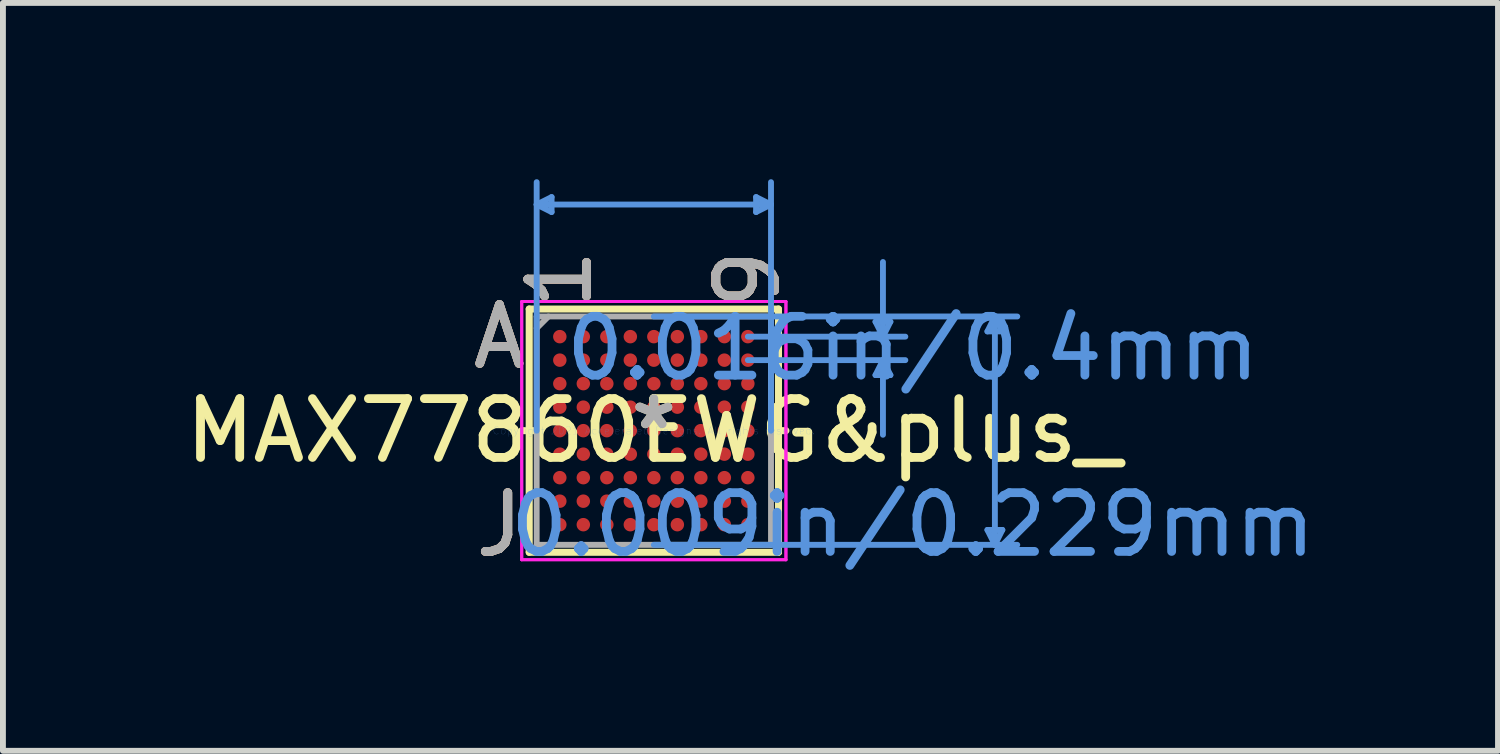
<source format=kicad_pcb>
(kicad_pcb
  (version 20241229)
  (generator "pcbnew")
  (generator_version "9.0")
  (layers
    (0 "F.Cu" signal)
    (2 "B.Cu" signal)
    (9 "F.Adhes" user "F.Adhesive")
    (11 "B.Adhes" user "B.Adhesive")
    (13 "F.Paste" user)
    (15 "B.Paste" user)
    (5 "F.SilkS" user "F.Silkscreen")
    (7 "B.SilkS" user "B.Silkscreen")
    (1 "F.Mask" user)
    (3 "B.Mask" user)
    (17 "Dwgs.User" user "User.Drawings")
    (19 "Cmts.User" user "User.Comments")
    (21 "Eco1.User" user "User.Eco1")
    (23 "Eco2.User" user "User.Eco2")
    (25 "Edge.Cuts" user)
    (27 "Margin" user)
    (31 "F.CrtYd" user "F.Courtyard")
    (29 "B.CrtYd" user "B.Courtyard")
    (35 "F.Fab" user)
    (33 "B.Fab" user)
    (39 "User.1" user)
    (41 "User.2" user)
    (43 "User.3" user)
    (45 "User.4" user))
  (footprint "MAX77860EWG&plus_"
    (layer "F.Cu")
    (at 8.077 4.279)
    (property "Reference" "MAX77860EWG&plus_" (at 0 0 0) (layer "F.SilkS") (effects (font (size 1 1) (thickness 0.15))))
    (attr through_hole)
    (fp_line (start -2.121 -2.07) (end -2.121 2.07) (stroke (width 0.12) (type solid)) (layer "F.SilkS"))
    (fp_line (start -2.121 2.07) (end 2.121 2.07) (stroke (width 0.12) (type solid)) (layer "F.SilkS"))
    (fp_line (start -2.047 0) (end -2.248 0) (stroke (width 0.12) (type solid)) (layer "F.SilkS"))
    (fp_line (start 2.047 0) (end 2.248 0) (stroke (width 0.12) (type solid)) (layer "F.SilkS"))
    (fp_line (start 2.121 -2.07) (end -2.121 -2.07) (stroke (width 0.12) (type solid)) (layer "F.SilkS"))
    (fp_line (start 2.121 2.07) (end 2.121 -2.07) (stroke (width 0.12) (type solid)) (layer "F.SilkS"))
    (fp_line (start -1.994 -3.848) (end -1.74 -3.975) (stroke (width 0.1) (type solid)) (layer "Cmts.User"))
    (fp_line (start -1.994 -3.848) (end -1.74 -3.721) (stroke (width 0.1) (type solid)) (layer "Cmts.User"))
    (fp_line (start -1.994 -3.848) (end 1.994 -3.848) (stroke (width 0.1) (type solid)) (layer "Cmts.User"))
    (fp_line (start -1.994 0) (end -1.994 -4.229) (stroke (width 0.1) (type solid)) (layer "Cmts.User"))
    (fp_line (start -1.74 -3.975) (end -1.74 -3.721) (stroke (width 0.1) (type solid)) (layer "Cmts.User"))
    (fp_line (start 0 -1.943) (end 6.185 -1.943) (stroke (width 0.1) (type solid)) (layer "Cmts.User"))
    (fp_line (start 0 1.943) (end 6.185 1.943) (stroke (width 0.1) (type solid)) (layer "Cmts.User"))
    (fp_line (start 1.6 -1.6) (end 4.28 -1.6) (stroke (width 0.1) (type solid)) (layer "Cmts.User"))
    (fp_line (start 1.6 -1.2) (end 4.28 -1.2) (stroke (width 0.1) (type solid)) (layer "Cmts.User"))
    (fp_line (start 1.74 -3.975) (end 1.74 -3.721) (stroke (width 0.1) (type solid)) (layer "Cmts.User"))
    (fp_line (start 1.994 -3.848) (end 1.74 -3.975) (stroke (width 0.1) (type solid)) (layer "Cmts.User"))
    (fp_line (start 1.994 -3.848) (end 1.74 -3.721) (stroke (width 0.1) (type solid)) (layer "Cmts.User"))
    (fp_line (start 1.994 0) (end 1.994 -4.229) (stroke (width 0.1) (type solid)) (layer "Cmts.User"))
    (fp_line (start 3.772 -1.854) (end 4.026 -1.854) (stroke (width 0.1) (type solid)) (layer "Cmts.User"))
    (fp_line (start 3.772 -0.946) (end 4.026 -0.946) (stroke (width 0.1) (type solid)) (layer "Cmts.User"))
    (fp_line (start 3.899 -1.6) (end 3.772 -1.854) (stroke (width 0.1) (type solid)) (layer "Cmts.User"))
    (fp_line (start 3.899 -1.6) (end 3.899 -2.87) (stroke (width 0.1) (type solid)) (layer "Cmts.User"))
    (fp_line (start 3.899 -1.6) (end 4.026 -1.854) (stroke (width 0.1) (type solid)) (layer "Cmts.User"))
    (fp_line (start 3.899 -1.2) (end 3.772 -0.946) (stroke (width 0.1) (type solid)) (layer "Cmts.User"))
    (fp_line (start 3.899 -1.2) (end 3.899 0.07) (stroke (width 0.1) (type solid)) (layer "Cmts.User"))
    (fp_line (start 3.899 -1.2) (end 4.026 -0.946) (stroke (width 0.1) (type solid)) (layer "Cmts.User"))
    (fp_line (start 5.677 -1.689) (end 5.931 -1.689) (stroke (width 0.1) (type solid)) (layer "Cmts.User"))
    (fp_line (start 5.677 1.689) (end 5.931 1.689) (stroke (width 0.1) (type solid)) (layer "Cmts.User"))
    (fp_line (start 5.804 -1.943) (end 5.677 -1.689) (stroke (width 0.1) (type solid)) (layer "Cmts.User"))
    (fp_line (start 5.804 -1.943) (end 5.804 1.943) (stroke (width 0.1) (type solid)) (layer "Cmts.User"))
    (fp_line (start 5.804 -1.943) (end 5.931 -1.689) (stroke (width 0.1) (type solid)) (layer "Cmts.User"))
    (fp_line (start 5.804 1.943) (end 5.677 1.689) (stroke (width 0.1) (type solid)) (layer "Cmts.User"))
    (fp_line (start 5.804 1.943) (end 5.931 1.689) (stroke (width 0.1) (type solid)) (layer "Cmts.User"))
    (fp_line (start -2.248 -2.197) (end 2.248 -2.197) (stroke (width 0.05) (type solid)) (layer "F.CrtYd"))
    (fp_line (start -2.248 -2.197) (end 2.248 -2.197) (stroke (width 0.05) (type solid)) (layer "F.CrtYd"))
    (fp_line (start -2.248 2.197) (end -2.248 -2.197) (stroke (width 0.05) (type solid)) (layer "F.CrtYd"))
    (fp_line (start -2.248 2.197) (end -2.248 -2.197) (stroke (width 0.05) (type solid)) (layer "F.CrtYd"))
    (fp_line (start 2.248 -2.197) (end 2.248 2.197) (stroke (width 0.05) (type solid)) (layer "F.CrtYd"))
    (fp_line (start 2.248 -2.197) (end 2.248 2.197) (stroke (width 0.05) (type solid)) (layer "F.CrtYd"))
    (fp_line (start 2.248 2.197) (end -2.248 2.197) (stroke (width 0.05) (type solid)) (layer "F.CrtYd"))
    (fp_line (start 2.248 2.197) (end -2.248 2.197) (stroke (width 0.05) (type solid)) (layer "F.CrtYd"))
    (fp_line (start -1.994 -1.943) (end -1.994 1.943) (stroke (width 0.1) (type solid)) (layer "F.Fab"))
    (fp_line (start -1.994 1.943) (end 1.994 1.943) (stroke (width 0.1) (type solid)) (layer "F.Fab"))
    (fp_line (start -1.794 -1.943) (end -1.994 -1.743) (stroke (width 0.1) (type solid)) (layer "F.Fab"))
    (fp_line (start 1.994 -1.943) (end -1.994 -1.943) (stroke (width 0.1) (type solid)) (layer "F.Fab"))
    (fp_line (start 1.994 1.943) (end 1.994 -1.943) (stroke (width 0.1) (type solid)) (layer "F.Fab"))
    (fp_text user "*" (at 0 0 0) (layer "F.SilkS") (effects (font (size 1 1) (thickness 0.15))))
    (fp_text user "J" (at -2.629 1.6 0) (layer "F.SilkS") (effects (font (size 1 1) (thickness 0.15))))
    (fp_text user "1" (at -1.6 -2.578 90) (layer "F.SilkS") (effects (font (size 1 1) (thickness 0.15))))
    (fp_text user "9" (at 1.6 -2.578 90) (layer "F.SilkS") (effects (font (size 1 1) (thickness 0.15))))
    (fp_text user "A" (at -2.629 -1.6 0) (layer "F.SilkS") (effects (font (size 1 1) (thickness 0.15))))
    (fp_text user "A" (at -2.629 -1.6 0) (layer "B.SilkS") (effects (font (size 1 1) (thickness 0.15))))
    (fp_text user "1" (at -1.6 -2.578 90) (layer "B.SilkS") (effects (font (size 1 1) (thickness 0.15))))
    (fp_text user "9" (at 1.6 -2.578 90) (layer "B.SilkS") (effects (font (size 1 1) (thickness 0.15))))
    (fp_text user "J" (at -2.629 1.6 0) (layer "B.SilkS") (effects (font (size 1 1) (thickness 0.15))))
    (fp_text user "Copyright 2021 Accelerated Designs. All rights reserved." (at 0 0 0) (layer "Cmts.User") (effects (font (size 0.127 0.127) (thickness 0.002))))
    (fp_text user "0.016in/0.4mm" (at 4.407 -1.4 0) (layer "Cmts.User") (effects (font (size 1 1) (thickness 0.15))))
    (fp_text user "0.009in/0.229mm" (at 4.407 1.6 0) (layer "Cmts.User") (effects (font (size 1 1) (thickness 0.15))))
    (fp_text user "A" (at -2.629 -1.6 0) (layer "F.Fab") (effects (font (size 1 1) (thickness 0.15))))
    (fp_text user "*" (at 0 0 0) (layer "F.Fab") (effects (font (size 1 1) (thickness 0.15))))
    (fp_text user "9" (at 1.6 -2.578 90) (layer "F.Fab") (effects (font (size 1 1) (thickness 0.15))))
    (fp_text user "J" (at -2.629 1.6 0) (layer "F.Fab") (effects (font (size 1 1) (thickness 0.15))))
    (fp_text user "1" (at -1.6 -2.578 90) (layer "F.Fab") (effects (font (size 1 1) (thickness 0.15))))
    (pad "A1" smd circle (at -1.6 -1.6) (size 0.229 0.229) (layers "F.Cu" "F.Mask" "F.Paste"))
    (pad "A2" smd circle (at -1.2 -1.6) (size 0.229 0.229) (layers "F.Cu" "F.Mask" "F.Paste"))
    (pad "A3" smd circle (at -0.8 -1.6) (size 0.229 0.229) (layers "F.Cu" "F.Mask" "F.Paste"))
    (pad "A4" smd circle (at -0.4 -1.6) (size 0.229 0.229) (layers "F.Cu" "F.Mask" "F.Paste"))
    (pad "A5" smd circle (at 0 -1.6) (size 0.229 0.229) (layers "F.Cu" "F.Mask" "F.Paste"))
    (pad "A6" smd circle (at 0.4 -1.6) (size 0.229 0.229) (layers "F.Cu" "F.Mask" "F.Paste"))
    (pad "A7" smd circle (at 0.8 -1.6) (size 0.229 0.229) (layers "F.Cu" "F.Mask" "F.Paste"))
    (pad "A8" smd circle (at 1.2 -1.6) (size 0.229 0.229) (layers "F.Cu" "F.Mask" "F.Paste"))
    (pad "A9" smd circle (at 1.6 -1.6) (size 0.229 0.229) (layers "F.Cu" "F.Mask" "F.Paste"))
    (pad "B1" smd circle (at -1.6 -1.2) (size 0.229 0.229) (layers "F.Cu" "F.Mask" "F.Paste"))
    (pad "B2" smd circle (at -1.2 -1.2) (size 0.229 0.229) (layers "F.Cu" "F.Mask" "F.Paste"))
    (pad "B3" smd circle (at -0.8 -1.2) (size 0.229 0.229) (layers "F.Cu" "F.Mask" "F.Paste"))
    (pad "B4" smd circle (at -0.4 -1.2) (size 0.229 0.229) (layers "F.Cu" "F.Mask" "F.Paste"))
    (pad "B5" smd circle (at 0 -1.2) (size 0.229 0.229) (layers "F.Cu" "F.Mask" "F.Paste"))
    (pad "B6" smd circle (at 0.4 -1.2) (size 0.229 0.229) (layers "F.Cu" "F.Mask" "F.Paste"))
    (pad "B7" smd circle (at 0.8 -1.2) (size 0.229 0.229) (layers "F.Cu" "F.Mask" "F.Paste"))
    (pad "B8" smd circle (at 1.2 -1.2) (size 0.229 0.229) (layers "F.Cu" "F.Mask" "F.Paste"))
    (pad "B9" smd circle (at 1.6 -1.2) (size 0.229 0.229) (layers "F.Cu" "F.Mask" "F.Paste"))
    (pad "C1" smd circle (at -1.6 -0.8) (size 0.229 0.229) (layers "F.Cu" "F.Mask" "F.Paste"))
    (pad "C2" smd circle (at -1.2 -0.8) (size 0.229 0.229) (layers "F.Cu" "F.Mask" "F.Paste"))
    (pad "C3" smd circle (at -0.8 -0.8) (size 0.229 0.229) (layers "F.Cu" "F.Mask" "F.Paste"))
    (pad "C4" smd circle (at -0.4 -0.8) (size 0.229 0.229) (layers "F.Cu" "F.Mask" "F.Paste"))
    (pad "C5" smd circle (at 0 -0.8) (size 0.229 0.229) (layers "F.Cu" "F.Mask" "F.Paste"))
    (pad "C6" smd circle (at 0.4 -0.8) (size 0.229 0.229) (layers "F.Cu" "F.Mask" "F.Paste"))
    (pad "C7" smd circle (at 0.8 -0.8) (size 0.229 0.229) (layers "F.Cu" "F.Mask" "F.Paste"))
    (pad "C8" smd circle (at 1.2 -0.8) (size 0.229 0.229) (layers "F.Cu" "F.Mask" "F.Paste"))
    (pad "C9" smd circle (at 1.6 -0.8) (size 0.229 0.229) (layers "F.Cu" "F.Mask" "F.Paste"))
    (pad "D1" smd circle (at -1.6 -0.4) (size 0.229 0.229) (layers "F.Cu" "F.Mask" "F.Paste"))
    (pad "D2" smd circle (at -1.2 -0.4) (size 0.229 0.229) (layers "F.Cu" "F.Mask" "F.Paste"))
    (pad "D3" smd circle (at -0.8 -0.4) (size 0.229 0.229) (layers "F.Cu" "F.Mask" "F.Paste"))
    (pad "D4" smd circle (at -0.4 -0.4) (size 0.229 0.229) (layers "F.Cu" "F.Mask" "F.Paste"))
    (pad "D5" smd circle (at 0 -0.4) (size 0.229 0.229) (layers "F.Cu" "F.Mask" "F.Paste"))
    (pad "D6" smd circle (at 0.4 -0.4) (size 0.229 0.229) (layers "F.Cu" "F.Mask" "F.Paste"))
    (pad "D7" smd circle (at 0.8 -0.4) (size 0.229 0.229) (layers "F.Cu" "F.Mask" "F.Paste"))
    (pad "D8" smd circle (at 1.2 -0.4) (size 0.229 0.229) (layers "F.Cu" "F.Mask" "F.Paste"))
    (pad "D9" smd circle (at 1.6 -0.4) (size 0.229 0.229) (layers "F.Cu" "F.Mask" "F.Paste"))
    (pad "E1" smd circle (at -1.6 0) (size 0.229 0.229) (layers "F.Cu" "F.Mask" "F.Paste"))
    (pad "E2" smd circle (at -1.2 0) (size 0.229 0.229) (layers "F.Cu" "F.Mask" "F.Paste"))
    (pad "E3" smd circle (at -0.8 0) (size 0.229 0.229) (layers "F.Cu" "F.Mask" "F.Paste"))
    (pad "E4" smd circle (at -0.4 0) (size 0.229 0.229) (layers "F.Cu" "F.Mask" "F.Paste"))
    (pad "E5" smd circle (at 0 0) (size 0.229 0.229) (layers "F.Cu" "F.Mask" "F.Paste"))
    (pad "E6" smd circle (at 0.4 0) (size 0.229 0.229) (layers "F.Cu" "F.Mask" "F.Paste"))
    (pad "E7" smd circle (at 0.8 0) (size 0.229 0.229) (layers "F.Cu" "F.Mask" "F.Paste"))
    (pad "E8" smd circle (at 1.2 0) (size 0.229 0.229) (layers "F.Cu" "F.Mask" "F.Paste"))
    (pad "E9" smd circle (at 1.6 0) (size 0.229 0.229) (layers "F.Cu" "F.Mask" "F.Paste"))
    (pad "F1" smd circle (at -1.6 0.4) (size 0.229 0.229) (layers "F.Cu" "F.Mask" "F.Paste"))
    (pad "F2" smd circle (at -1.2 0.4) (size 0.229 0.229) (layers "F.Cu" "F.Mask" "F.Paste"))
    (pad "F3" smd circle (at -0.8 0.4) (size 0.229 0.229) (layers "F.Cu" "F.Mask" "F.Paste"))
    (pad "F4" smd circle (at -0.4 0.4) (size 0.229 0.229) (layers "F.Cu" "F.Mask" "F.Paste"))
    (pad "F5" smd circle (at 0 0.4) (size 0.229 0.229) (layers "F.Cu" "F.Mask" "F.Paste"))
    (pad "F6" smd circle (at 0.4 0.4) (size 0.229 0.229) (layers "F.Cu" "F.Mask" "F.Paste"))
    (pad "F7" smd circle (at 0.8 0.4) (size 0.229 0.229) (layers "F.Cu" "F.Mask" "F.Paste"))
    (pad "F8" smd circle (at 1.2 0.4) (size 0.229 0.229) (layers "F.Cu" "F.Mask" "F.Paste"))
    (pad "F9" smd circle (at 1.6 0.4) (size 0.229 0.229) (layers "F.Cu" "F.Mask" "F.Paste"))
    (pad "G1" smd circle (at -1.6 0.8) (size 0.229 0.229) (layers "F.Cu" "F.Mask" "F.Paste"))
    (pad "G2" smd circle (at -1.2 0.8) (size 0.229 0.229) (layers "F.Cu" "F.Mask" "F.Paste"))
    (pad "G3" smd circle (at -0.8 0.8) (size 0.229 0.229) (layers "F.Cu" "F.Mask" "F.Paste"))
    (pad "G4" smd circle (at -0.4 0.8) (size 0.229 0.229) (layers "F.Cu" "F.Mask" "F.Paste"))
    (pad "G5" smd circle (at 0 0.8) (size 0.229 0.229) (layers "F.Cu" "F.Mask" "F.Paste"))
    (pad "G6" smd circle (at 0.4 0.8) (size 0.229 0.229) (layers "F.Cu" "F.Mask" "F.Paste"))
    (pad "G7" smd circle (at 0.8 0.8) (size 0.229 0.229) (layers "F.Cu" "F.Mask" "F.Paste"))
    (pad "G8" smd circle (at 1.2 0.8) (size 0.229 0.229) (layers "F.Cu" "F.Mask" "F.Paste"))
    (pad "G9" smd circle (at 1.6 0.8) (size 0.229 0.229) (layers "F.Cu" "F.Mask" "F.Paste"))
    (pad "H1" smd circle (at -1.6 1.2) (size 0.229 0.229) (layers "F.Cu" "F.Mask" "F.Paste"))
    (pad "H2" smd circle (at -1.2 1.2) (size 0.229 0.229) (layers "F.Cu" "F.Mask" "F.Paste"))
    (pad "H3" smd circle (at -0.8 1.2) (size 0.229 0.229) (layers "F.Cu" "F.Mask" "F.Paste"))
    (pad "H4" smd circle (at -0.4 1.2) (size 0.229 0.229) (layers "F.Cu" "F.Mask" "F.Paste"))
    (pad "H5" smd circle (at 0 1.2) (size 0.229 0.229) (layers "F.Cu" "F.Mask" "F.Paste"))
    (pad "H6" smd circle (at 0.4 1.2) (size 0.229 0.229) (layers "F.Cu" "F.Mask" "F.Paste"))
    (pad "H7" smd circle (at 0.8 1.2) (size 0.229 0.229) (layers "F.Cu" "F.Mask" "F.Paste"))
    (pad "H8" smd circle (at 1.2 1.2) (size 0.229 0.229) (layers "F.Cu" "F.Mask" "F.Paste"))
    (pad "H9" smd circle (at 1.6 1.2) (size 0.229 0.229) (layers "F.Cu" "F.Mask" "F.Paste"))
    (pad "J1" smd circle (at -1.6 1.6) (size 0.229 0.229) (layers "F.Cu" "F.Mask" "F.Paste"))
    (pad "J2" smd circle (at -1.2 1.6) (size 0.229 0.229) (layers "F.Cu" "F.Mask" "F.Paste"))
    (pad "J3" smd circle (at -0.8 1.6) (size 0.229 0.229) (layers "F.Cu" "F.Mask" "F.Paste"))
    (pad "J4" smd circle (at -0.4 1.6) (size 0.229 0.229) (layers "F.Cu" "F.Mask" "F.Paste"))
    (pad "J5" smd circle (at 0 1.6) (size 0.229 0.229) (layers "F.Cu" "F.Mask" "F.Paste"))
    (pad "J6" smd circle (at 0.4 1.6) (size 0.229 0.229) (layers "F.Cu" "F.Mask" "F.Paste"))
    (pad "J7" smd circle (at 0.8 1.6) (size 0.229 0.229) (layers "F.Cu" "F.Mask" "F.Paste"))
    (pad "J8" smd circle (at 1.2 1.6) (size 0.229 0.229) (layers "F.Cu" "F.Mask" "F.Paste"))
    (pad "J9" smd circle (at 1.6 1.6) (size 0.229 0.229) (layers "F.Cu" "F.Mask" "F.Paste")))
  (gr_rect
    (start -3 -3)
    (end 22.443 9.727)
    (stroke (width 0.1) (type default))
    (fill no)
    (layer "Edge.Cuts")))
</source>
